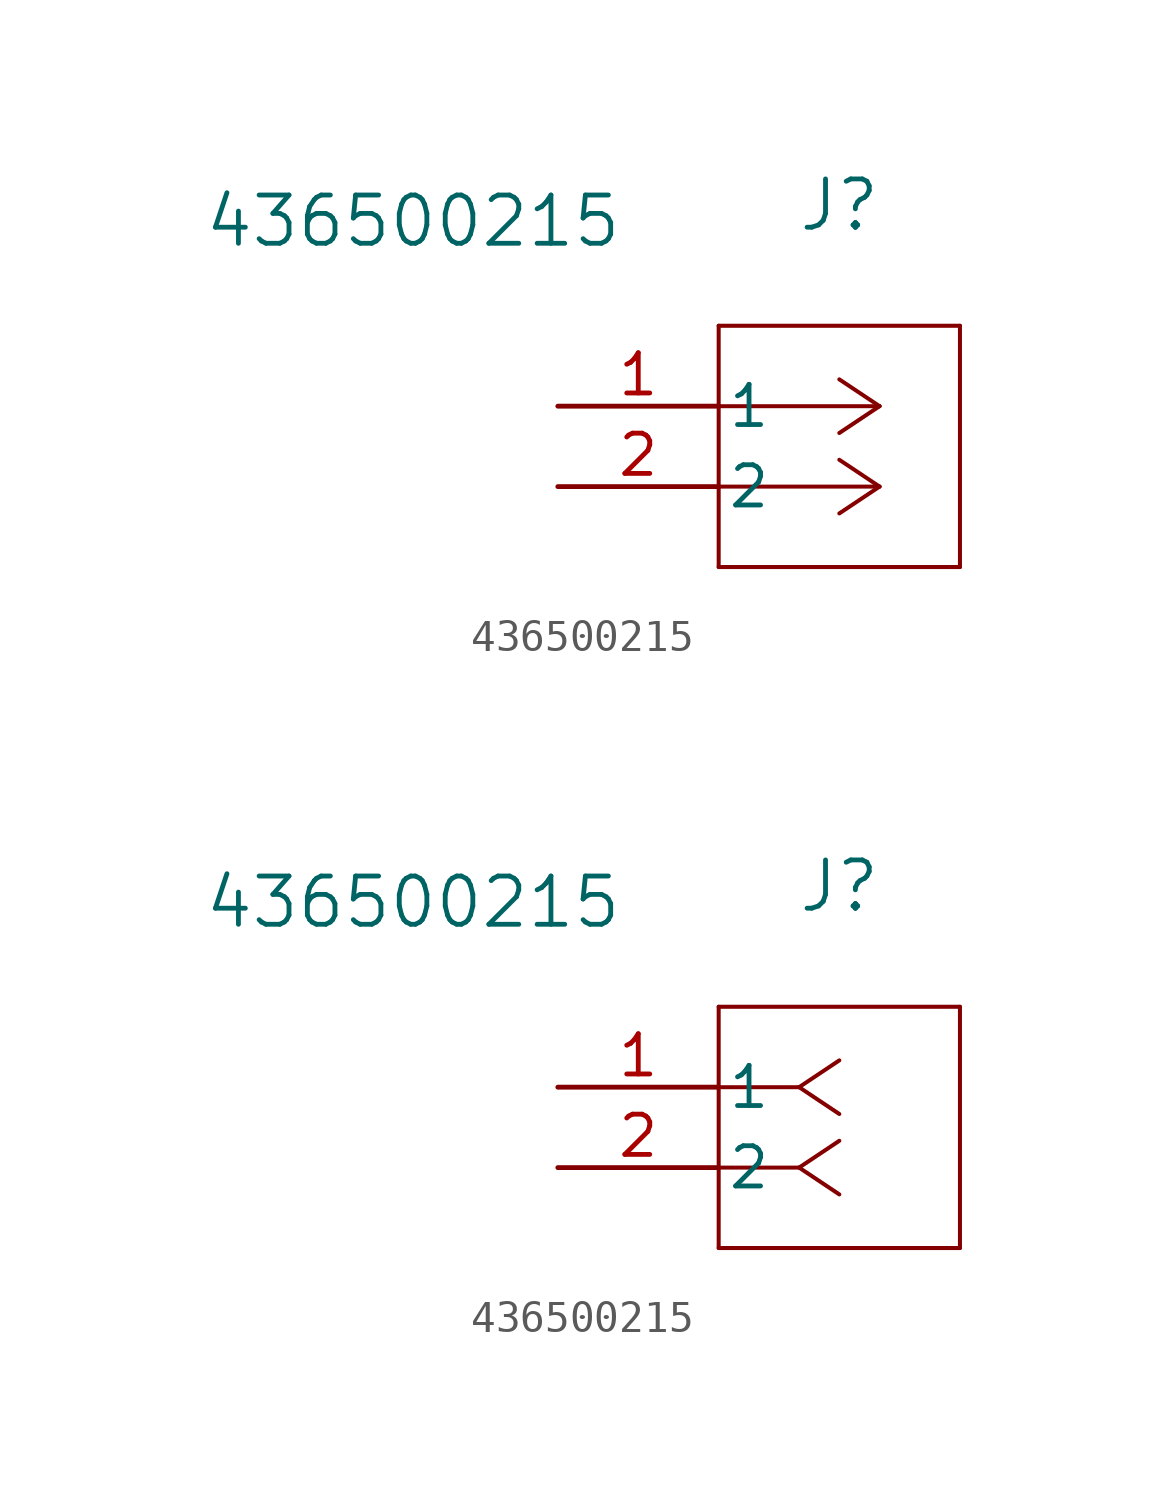
<source format=kicad_sym>
(kicad_symbol_lib
  (version 20231120)
  (generator "kicad_symbol_editor")
  (generator_version "8.0")
  (symbol "436500215"
    (pin_names
      (offset 0.254))
    (property "Reference" "J"
      (at 8.89 6.35 0)
      (effects (font (size 1.524 1.524))))
    (property "Value" "436500215"
      (at -4.572 5.842 0)
      (effects (font (size 1.524 1.524))))
    (property "ki_locked" ""
      (at 0 0 0)
      (effects (font (size 1.27 1.27))))
    (symbol "436500215_1_1"
      (polyline (pts (xy 5.08 -5.08) (xy 12.7 -5.08)) (stroke (width 0.127) (type default)) (fill (type none)))
      (polyline (pts (xy 5.08 2.54) (xy 5.08 -5.08)) (stroke (width 0.127) (type default)) (fill (type none)))
      (polyline (pts (xy 10.16 -2.54) (xy 5.08 -2.54)) (stroke (width 0.127) (type default)) (fill (type none)))
      (polyline (pts (xy 10.16 -2.54) (xy 8.89 -3.387)) (stroke (width 0.127) (type default)) (fill (type none)))
      (polyline (pts (xy 10.16 -2.54) (xy 8.89 -1.693)) (stroke (width 0.127) (type default)) (fill (type none)))
      (polyline (pts (xy 10.16 0) (xy 5.08 0)) (stroke (width 0.127) (type default)) (fill (type none)))
      (polyline (pts (xy 10.16 0) (xy 8.89 -0.847)) (stroke (width 0.127) (type default)) (fill (type none)))
      (polyline (pts (xy 10.16 0) (xy 8.89 0.847)) (stroke (width 0.127) (type default)) (fill (type none)))
      (polyline (pts (xy 12.7 -5.08) (xy 12.7 2.54)) (stroke (width 0.127) (type default)) (fill (type none)))
      (polyline (pts (xy 12.7 2.54) (xy 5.08 2.54)) (stroke (width 0.127) (type default)) (fill (type none)))
      (pin power_out line (at 0 0 0) (length 5.08) (name "1" (effects (font (size 1.27 1.27)))) (number "1" (effects (font (size 1.27 1.27)))))
      (pin power_out line (at 0 -2.54 0) (length 5.08) (name "2" (effects (font (size 1.27 1.27)))) (number "2" (effects (font (size 1.27 1.27))))))
    (symbol "436500215_1_2"
      (polyline (pts (xy 5.08 -5.08) (xy 12.7 -5.08)) (stroke (width 0.127) (type default)) (fill (type none)))
      (polyline (pts (xy 5.08 2.54) (xy 5.08 -5.08)) (stroke (width 0.127) (type default)) (fill (type none)))
      (polyline (pts (xy 7.62 -2.54) (xy 5.08 -2.54)) (stroke (width 0.127) (type default)) (fill (type none)))
      (polyline (pts (xy 7.62 -2.54) (xy 8.89 -3.387)) (stroke (width 0.127) (type default)) (fill (type none)))
      (polyline (pts (xy 7.62 -2.54) (xy 8.89 -1.693)) (stroke (width 0.127) (type default)) (fill (type none)))
      (polyline (pts (xy 7.62 0) (xy 5.08 0)) (stroke (width 0.127) (type default)) (fill (type none)))
      (polyline (pts (xy 7.62 0) (xy 8.89 -0.847)) (stroke (width 0.127) (type default)) (fill (type none)))
      (polyline (pts (xy 7.62 0) (xy 8.89 0.847)) (stroke (width 0.127) (type default)) (fill (type none)))
      (polyline (pts (xy 12.7 -5.08) (xy 12.7 2.54)) (stroke (width 0.127) (type default)) (fill (type none)))
      (polyline (pts (xy 12.7 2.54) (xy 5.08 2.54)) (stroke (width 0.127) (type default)) (fill (type none)))
      (pin unspecified line (at 0 0 0) (length 5.08) (name "1" (effects (font (size 1.27 1.27)))) (number "1" (effects (font (size 1.27 1.27)))))
      (pin unspecified line (at 0 -2.54 0) (length 5.08) (name "2" (effects (font (size 1.27 1.27)))) (number "2" (effects (font (size 1.27 1.27))))))))
</source>
